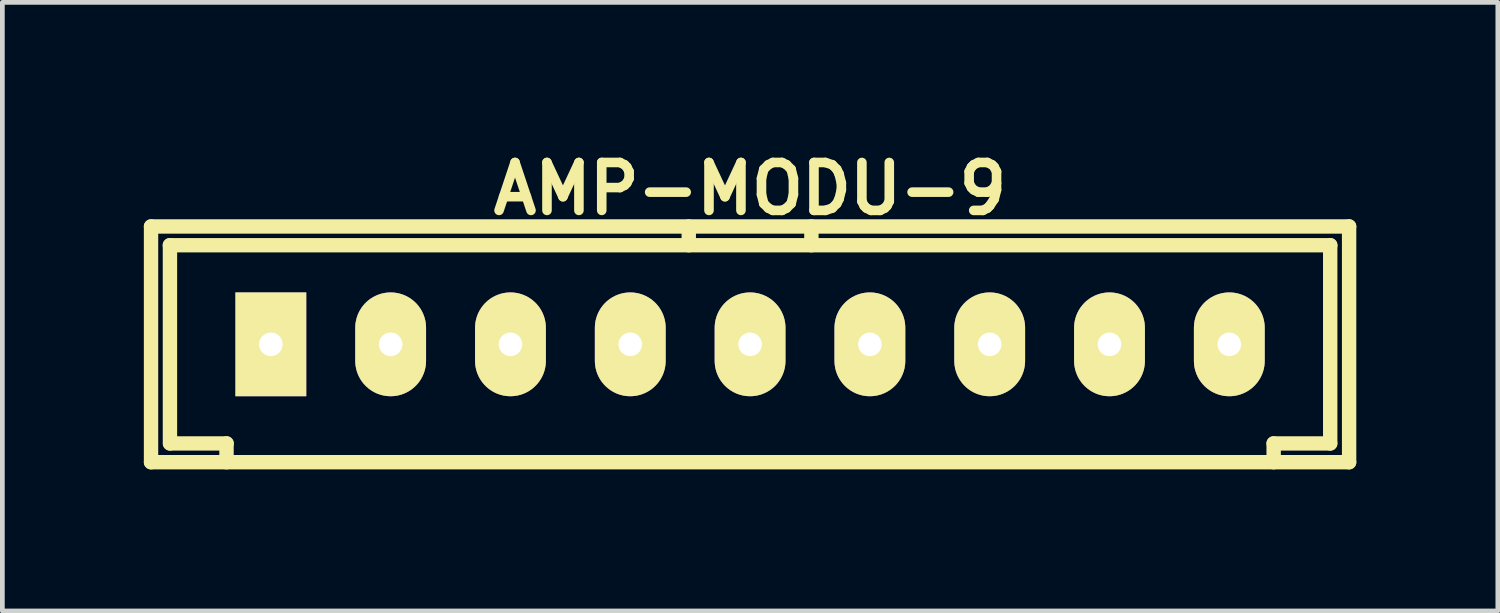
<source format=kicad_pcb>
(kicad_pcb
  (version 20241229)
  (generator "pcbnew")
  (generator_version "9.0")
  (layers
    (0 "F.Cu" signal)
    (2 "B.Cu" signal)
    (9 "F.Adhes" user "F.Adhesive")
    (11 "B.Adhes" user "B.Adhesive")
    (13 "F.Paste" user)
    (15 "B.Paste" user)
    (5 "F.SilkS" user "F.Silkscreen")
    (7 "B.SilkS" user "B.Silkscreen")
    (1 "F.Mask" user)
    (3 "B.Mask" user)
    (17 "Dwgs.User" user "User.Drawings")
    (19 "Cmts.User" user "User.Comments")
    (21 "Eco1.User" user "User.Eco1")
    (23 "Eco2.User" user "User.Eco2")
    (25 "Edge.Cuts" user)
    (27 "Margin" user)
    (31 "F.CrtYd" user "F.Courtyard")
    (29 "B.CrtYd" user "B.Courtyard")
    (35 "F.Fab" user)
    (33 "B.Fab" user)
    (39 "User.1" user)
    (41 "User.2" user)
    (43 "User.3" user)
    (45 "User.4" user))
  (footprint "AMP-MODU-9"
    (layer "F.Cu")
    (at 12.852 4.25)
    (property "Reference" "AMP-MODU-9" (at 0 -3.299 0) (layer "F.SilkS") (effects (font (size 1.016 1.016) (thickness 0.203))))
    (attr through_hole)
    (fp_line (start -12.7 -2.499) (end 12.7 -2.499) (stroke (width 0.305) (type solid)) (layer "F.SilkS"))
    (fp_line (start -12.7 2.499) (end -12.7 -2.499) (stroke (width 0.305) (type solid)) (layer "F.SilkS"))
    (fp_line (start -12.301 -2.101) (end 12.301 -2.101) (stroke (width 0.305) (type solid)) (layer "F.SilkS"))
    (fp_line (start -12.299 -2.101) (end -12.299 2.101) (stroke (width 0.305) (type solid)) (layer "F.SilkS"))
    (fp_line (start -11.1 2.101) (end -11.1 2.499) (stroke (width 0.305) (type solid)) (layer "F.SilkS"))
    (fp_line (start -11.097 2.101) (end -12.296 2.101) (stroke (width 0.305) (type solid)) (layer "F.SilkS"))
    (fp_line (start -1.3 -2.101) (end -1.3 -2.499) (stroke (width 0.305) (type solid)) (layer "F.SilkS"))
    (fp_line (start 1.3 -2.499) (end 1.3 -2.101) (stroke (width 0.305) (type solid)) (layer "F.SilkS"))
    (fp_line (start 11.1 2.499) (end 11.1 2.101) (stroke (width 0.305) (type solid)) (layer "F.SilkS"))
    (fp_line (start 12.299 2.101) (end 11.1 2.101) (stroke (width 0.305) (type solid)) (layer "F.SilkS"))
    (fp_line (start 12.299 2.101) (end 12.299 -2.101) (stroke (width 0.305) (type solid)) (layer "F.SilkS"))
    (fp_line (start 12.7 -2.499) (end 12.7 2.499) (stroke (width 0.305) (type solid)) (layer "F.SilkS"))
    (fp_line (start 12.7 2.499) (end -12.7 2.499) (stroke (width 0.305) (type solid)) (layer "F.SilkS"))
    (pad "1" thru_hole rect (at -10.16 0) (size 1.501 2.2) (drill 0.5) (layers "*.Cu" "*.Mask" "F.SilkS"))
    (pad "2" thru_hole oval (at -7.62 0) (size 1.501 2.2) (drill 0.5) (layers "*.Cu" "*.Mask" "F.SilkS"))
    (pad "3" thru_hole oval (at -5.08 0) (size 1.501 2.2) (drill 0.5) (layers "*.Cu" "*.Mask" "F.SilkS"))
    (pad "4" thru_hole oval (at -2.54 0) (size 1.501 2.2) (drill 0.5) (layers "*.Cu" "*.Mask" "F.SilkS"))
    (pad "5" thru_hole oval (at 0 0) (size 1.501 2.2) (drill 0.5) (layers "*.Cu" "*.Mask" "F.SilkS"))
    (pad "6" thru_hole oval (at 2.54 0) (size 1.501 2.2) (drill 0.5) (layers "*.Cu" "*.Mask" "F.SilkS"))
    (pad "7" thru_hole oval (at 5.08 0) (size 1.501 2.2) (drill 0.5) (layers "*.Cu" "*.Mask" "F.SilkS"))
    (pad "8" thru_hole oval (at 7.62 0) (size 1.501 2.2) (drill 0.5) (layers "*.Cu" "*.Mask" "F.SilkS"))
    (pad "9" thru_hole oval (at 10.16 0) (size 1.501 2.2) (drill 0.5) (layers "*.Cu" "*.Mask" "F.SilkS")))
  (gr_rect
    (start -3 -3)
    (end 28.705 9.902)
    (stroke (width 0.1) (type default))
    (fill no)
    (layer "Edge.Cuts")))
</source>
